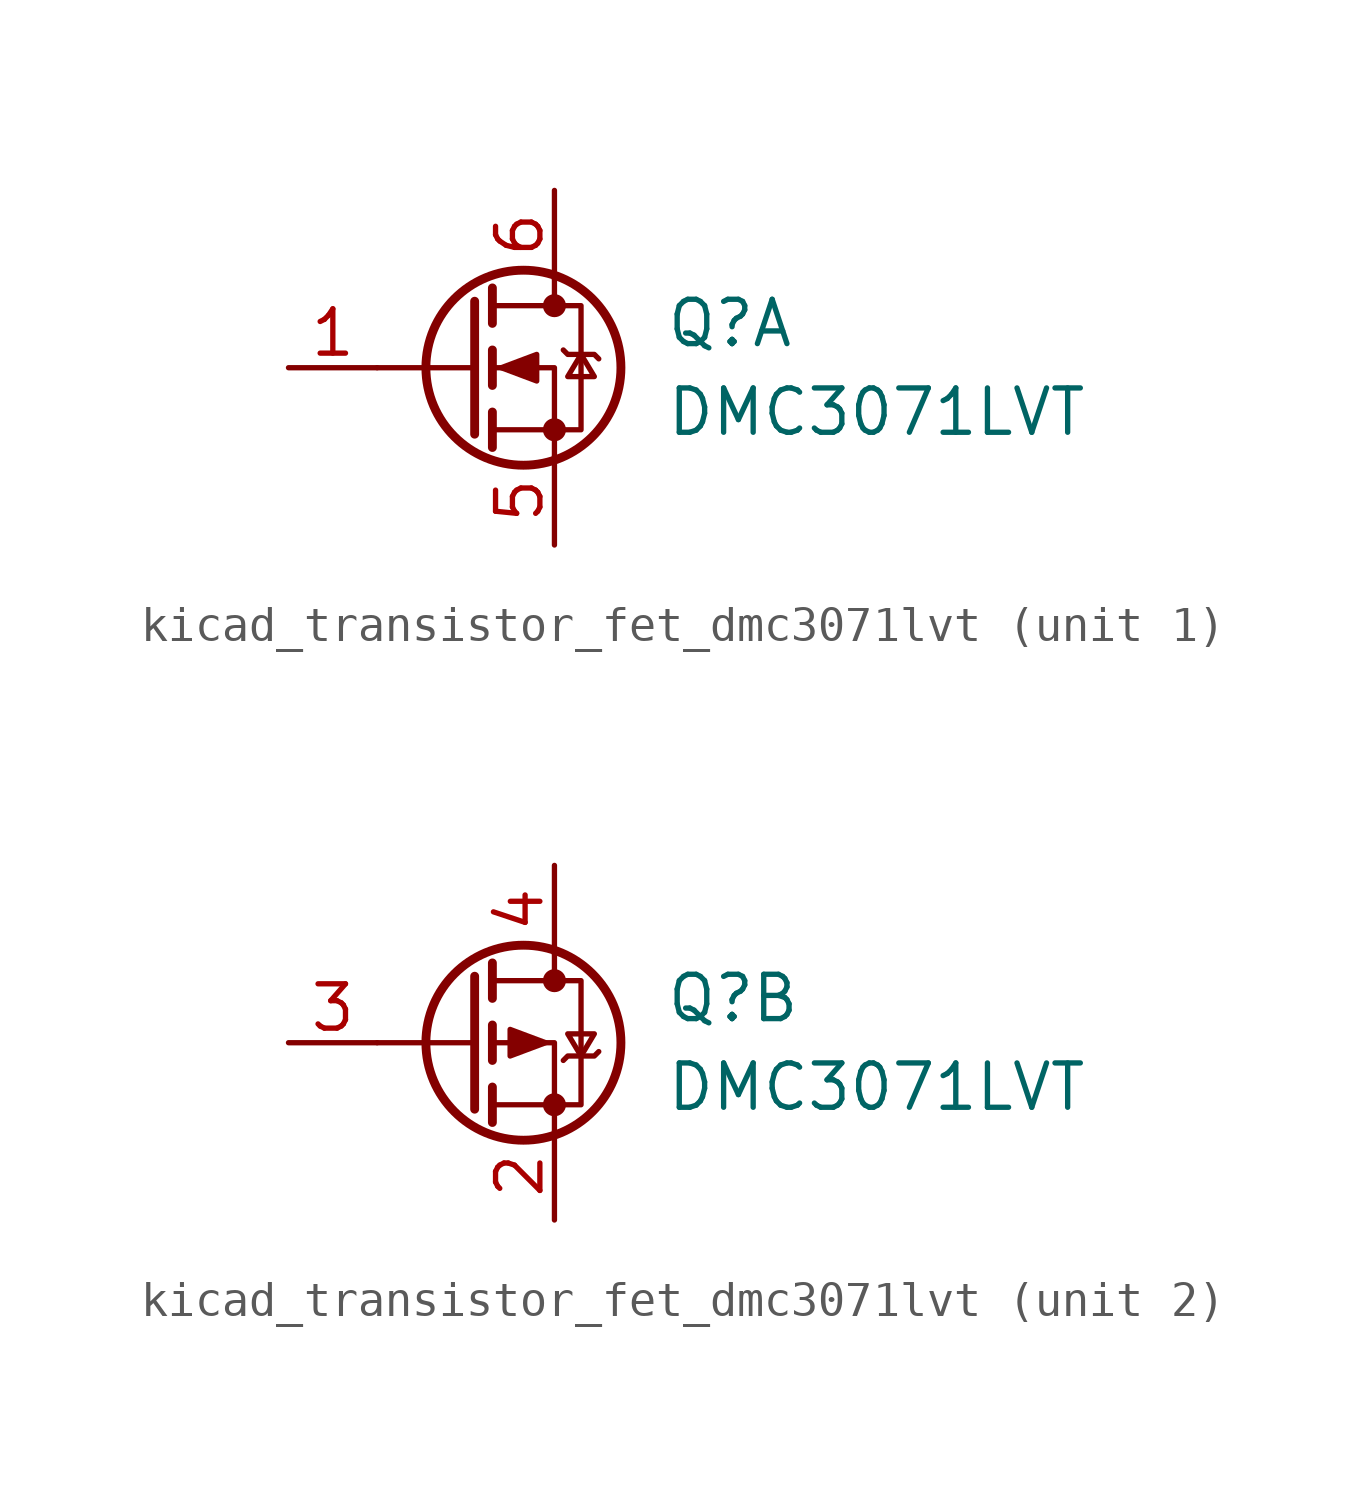
<source format=kicad_sym>
(kicad_symbol_lib
  (version 20220914)
  (generator kicad_symbol_editor)
  (symbol "kicad_transistor_fet_dmc3071lvt"
    (pin_names hide)
    (property "Reference" "Q"
      (at 3.175 1.27 0)
      (effects (font (size 1.27 1.27)) (justify left)))
    (property "Value" "DMC3071LVT"
      (at 3.175 -1.27 0)
      (effects (font (size 1.27 1.27)) (justify left)))
    (symbol "kicad_transistor_fet_dmc3071lvt_0_1"
      (circle (center -0.889 0) (radius 2.794) (stroke (width 0.254) (type default)) (fill (type none)))
      (circle (center 0 -1.778) (radius 0.254) (stroke (width 0) (type default)) (fill (type outline)))
      (polyline (pts (xy -2.286 0) (xy -5.08 0)) (stroke (width 0) (type default)) (fill (type none)))
      (polyline (pts (xy -2.286 1.905) (xy -2.286 -1.905)) (stroke (width 0.254) (type default)) (fill (type none)))
      (polyline (pts (xy -1.778 -1.27) (xy -1.778 -2.286)) (stroke (width 0.254) (type default)) (fill (type none)))
      (polyline (pts (xy -1.778 0.508) (xy -1.778 -0.508)) (stroke (width 0.254) (type default)) (fill (type none)))
      (polyline (pts (xy -1.778 2.286) (xy -1.778 1.27)) (stroke (width 0.254) (type default)) (fill (type none)))
      (polyline (pts (xy 0 2.54) (xy 0 1.778)) (stroke (width 0) (type default)) (fill (type none)))
      (polyline (pts (xy 0 -2.54) (xy 0 0) (xy -1.778 0)) (stroke (width 0) (type default)) (fill (type none)))
      (polyline (pts (xy -1.778 -1.778) (xy 0.762 -1.778) (xy 0.762 1.778) (xy -1.778 1.778)) (stroke (width 0) (type default)) (fill (type none)))
      (circle (center 0 1.778) (radius 0.254) (stroke (width 0) (type default)) (fill (type outline))))
    (symbol "kicad_transistor_fet_dmc3071lvt_1_1"
      (polyline (pts (xy -1.524 0) (xy -0.508 0.381) (xy -0.508 -0.381) (xy -1.524 0)) (stroke (width 0) (type default)) (fill (type outline)))
      (polyline (pts (xy 0.254 0.508) (xy 0.381 0.381) (xy 1.143 0.381) (xy 1.27 0.254)) (stroke (width 0) (type default)) (fill (type none)))
      (polyline (pts (xy 0.762 0.381) (xy 0.381 -0.254) (xy 1.143 -0.254) (xy 0.762 0.381)) (stroke (width 0) (type default)) (fill (type none)))
      (pin passive line (at -7.62 0 0) (length 2.54) (name "G" (effects (font (size 1.27 1.27)))) (number "1" (effects (font (size 1.27 1.27)))))
      (pin passive line (at 0 -5.08 90) (length 2.54) (name "S" (effects (font (size 1.27 1.27)))) (number "5" (effects (font (size 1.27 1.27)))))
      (pin passive line (at 0 5.08 270) (length 2.54) (name "D" (effects (font (size 1.27 1.27)))) (number "6" (effects (font (size 1.27 1.27))))))
    (symbol "kicad_transistor_fet_dmc3071lvt_2_1"
      (polyline (pts (xy -0.254 0) (xy -1.27 0.381) (xy -1.27 -0.381) (xy -0.254 0)) (stroke (width 0) (type default)) (fill (type outline)))
      (polyline (pts (xy 0.254 -0.508) (xy 0.381 -0.381) (xy 1.143 -0.381) (xy 1.27 -0.254)) (stroke (width 0) (type default)) (fill (type none)))
      (polyline (pts (xy 0.762 -0.381) (xy 0.381 0.254) (xy 1.143 0.254) (xy 0.762 -0.381)) (stroke (width 0) (type default)) (fill (type none)))
      (pin passive line (at 0 -5.08 90) (length 2.54) (name "S" (effects (font (size 1.27 1.27)))) (number "2" (effects (font (size 1.27 1.27)))))
      (pin passive line (at -7.62 0 0) (length 2.54) (name "G" (effects (font (size 1.27 1.27)))) (number "3" (effects (font (size 1.27 1.27)))))
      (pin passive line (at 0 5.08 270) (length 2.54) (name "D" (effects (font (size 1.27 1.27)))) (number "4" (effects (font (size 1.27 1.27))))))))
</source>
